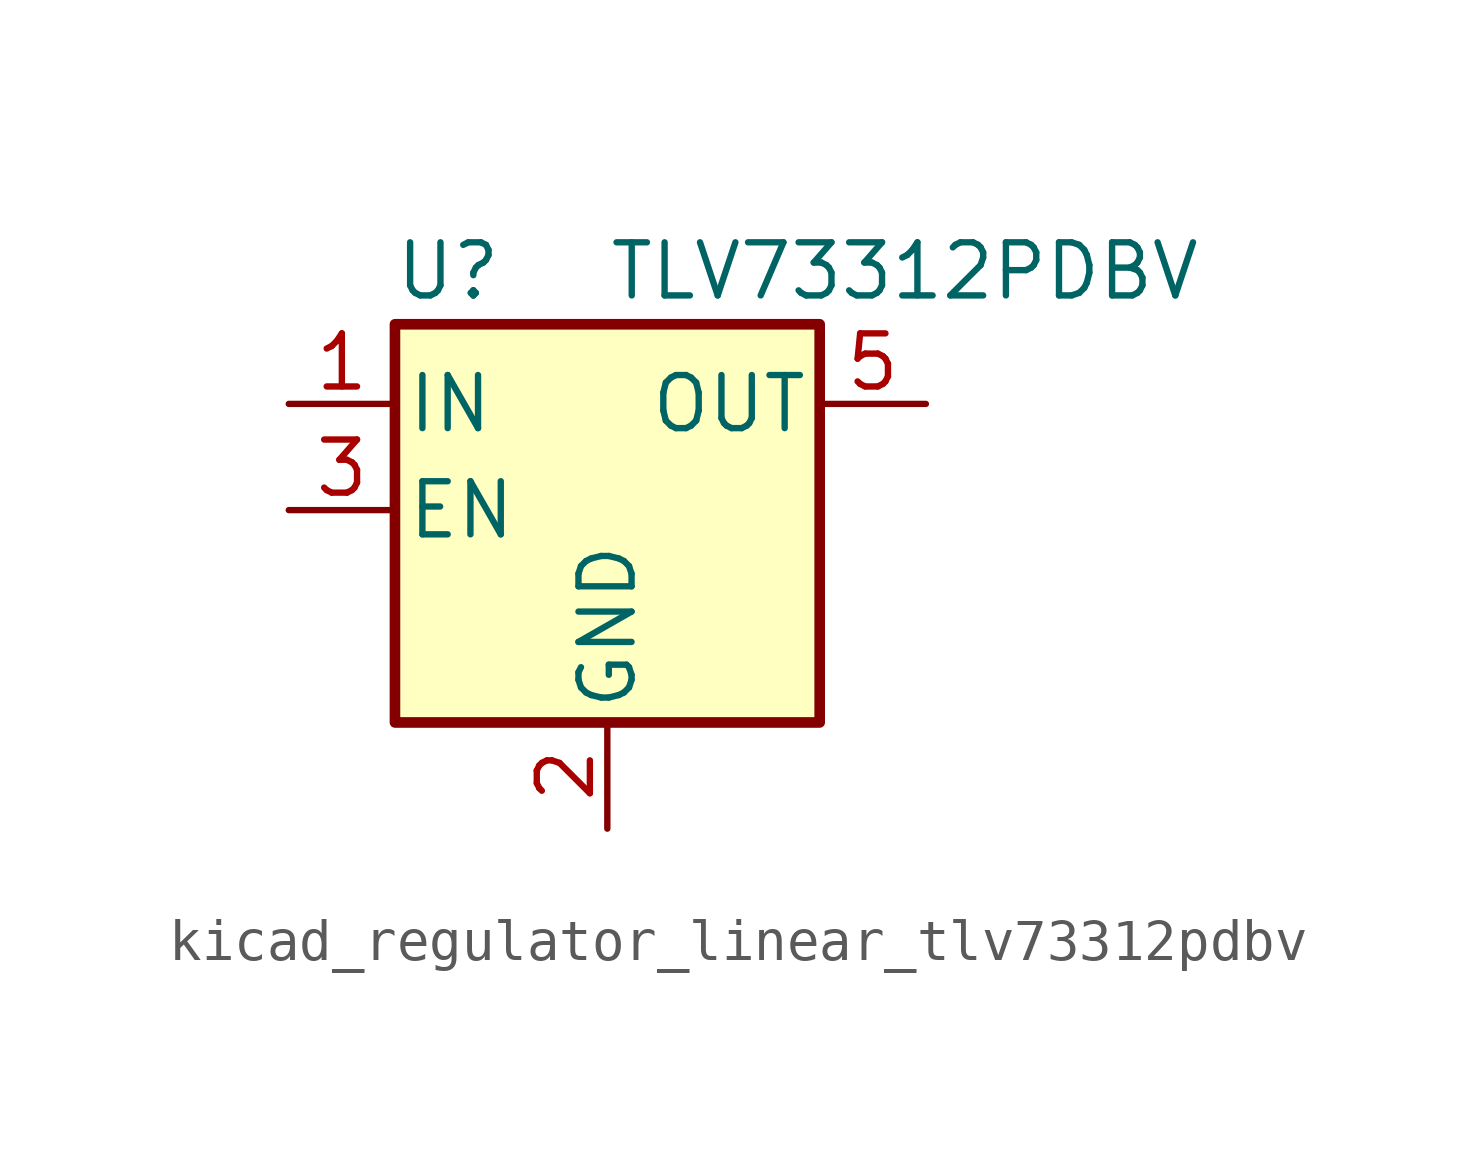
<source format=kicad_sym>
(kicad_symbol_lib
  (version 20220914)
  (generator kicad_symbol_editor)
  (symbol "kicad_regulator_linear_tlv73312pdbv"
    (pin_names
      (offset 0.254))
    (property "Reference" "U"
      (at -3.81 5.715 0)
      (effects (font (size 1.27 1.27))))
    (property "Value" "TLV73312PDBV"
      (at 0 5.715 0)
      (effects (font (size 1.27 1.27)) (justify left)))
    (symbol "kicad_regulator_linear_tlv73312pdbv_0_1"
      (rectangle (start -5.08 4.445) (end 5.08 -5.08) (stroke (width 0.254) (type default)) (fill (type background))))
    (symbol "kicad_regulator_linear_tlv73312pdbv_1_1"
      (pin power_in line (at -7.62 2.54 0) (length 2.54) (name "IN" (effects (font (size 1.27 1.27)))) (number "1" (effects (font (size 1.27 1.27)))))
      (pin power_in line (at 0 -7.62 90) (length 2.54) (name "GND" (effects (font (size 1.27 1.27)))) (number "2" (effects (font (size 1.27 1.27)))))
      (pin input line (at -7.62 0 0) (length 2.54) (name "EN" (effects (font (size 1.27 1.27)))) (number "3" (effects (font (size 1.27 1.27)))))
      (pin no_connect line (at 5.08 0 180) (length 2.54) hide (name "NC" (effects (font (size 1.27 1.27)))) (number "4" (effects (font (size 1.27 1.27)))))
      (pin power_out line (at 7.62 2.54 180) (length 2.54) (name "OUT" (effects (font (size 1.27 1.27)))) (number "5" (effects (font (size 1.27 1.27))))))))
</source>
